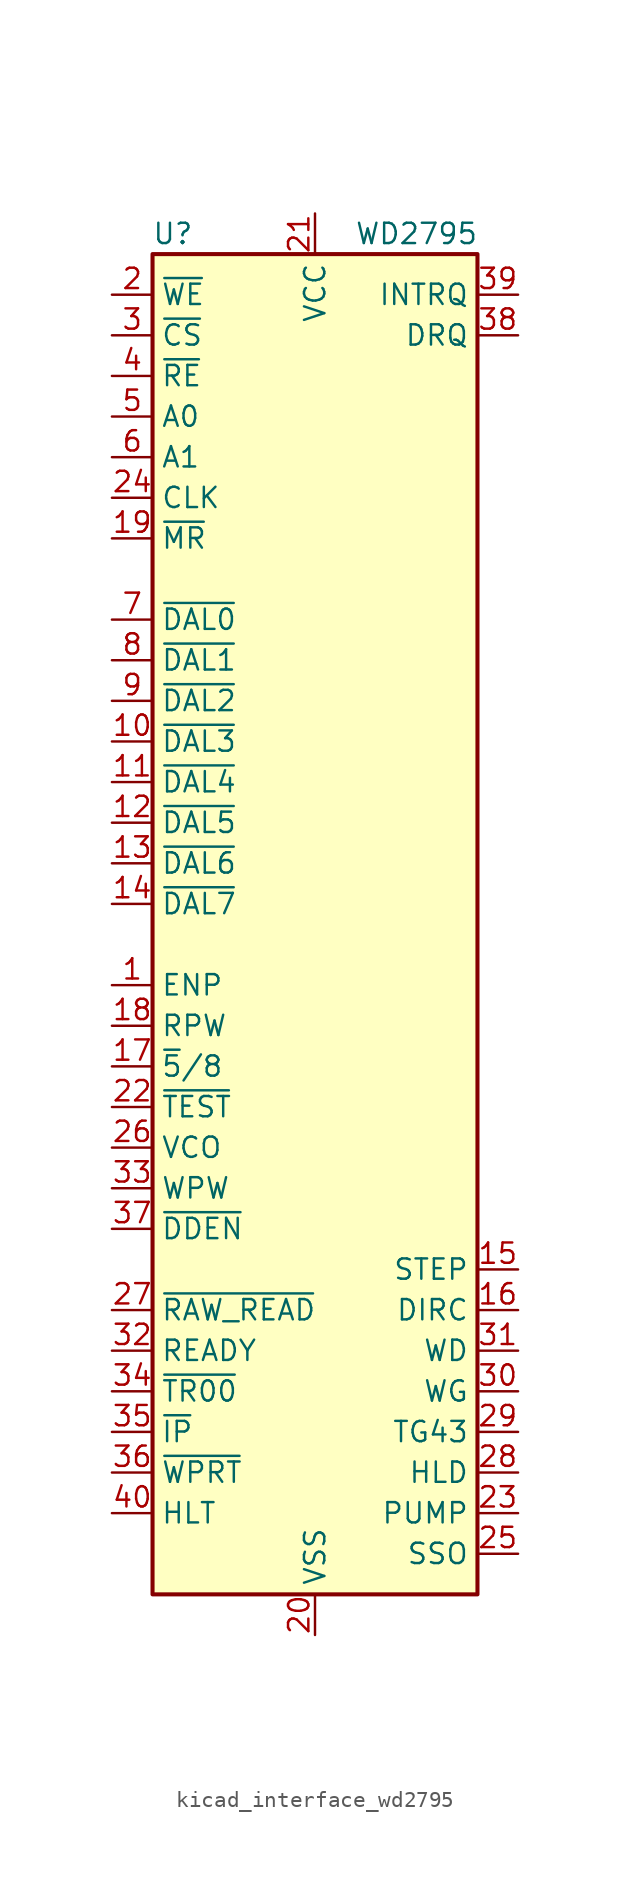
<source format=kicad_sym>
(kicad_symbol_lib
  (version 20220914)
  (generator kicad_symbol_editor)
  (symbol "kicad_interface_wd2795"
    (property "Reference" "U"
      (at -8.89 44.45 0)
      (effects (font (size 1.27 1.27))))
    (property "Value" "WD2795"
      (at 6.35 44.45 0)
      (effects (font (size 1.27 1.27))))
    (symbol "kicad_interface_wd2795_0_1"
      (rectangle (start -10.16 43.18) (end 10.16 -40.64) (stroke (width 0.254) (type default)) (fill (type background))))
    (symbol "kicad_interface_wd2795_1_1"
      (pin input line (at -12.7 -2.54 0) (length 2.54) (name "ENP" (effects (font (size 1.27 1.27)))) (number "1" (effects (font (size 1.27 1.27)))))
      (pin tri_state line (at -12.7 12.7 0) (length 2.54) (name "~{DAL3}" (effects (font (size 1.27 1.27)))) (number "10" (effects (font (size 1.27 1.27)))))
      (pin tri_state line (at -12.7 10.16 0) (length 2.54) (name "~{DAL4}" (effects (font (size 1.27 1.27)))) (number "11" (effects (font (size 1.27 1.27)))))
      (pin tri_state line (at -12.7 7.62 0) (length 2.54) (name "~{DAL5}" (effects (font (size 1.27 1.27)))) (number "12" (effects (font (size 1.27 1.27)))))
      (pin tri_state line (at -12.7 5.08 0) (length 2.54) (name "~{DAL6}" (effects (font (size 1.27 1.27)))) (number "13" (effects (font (size 1.27 1.27)))))
      (pin tri_state line (at -12.7 2.54 0) (length 2.54) (name "~{DAL7}" (effects (font (size 1.27 1.27)))) (number "14" (effects (font (size 1.27 1.27)))))
      (pin output line (at 12.7 -20.32 180) (length 2.54) (name "STEP" (effects (font (size 1.27 1.27)))) (number "15" (effects (font (size 1.27 1.27)))))
      (pin output line (at 12.7 -22.86 180) (length 2.54) (name "DIRC" (effects (font (size 1.27 1.27)))) (number "16" (effects (font (size 1.27 1.27)))))
      (pin input line (at -12.7 -7.62 0) (length 2.54) (name "~{5}/8" (effects (font (size 1.27 1.27)))) (number "17" (effects (font (size 1.27 1.27)))))
      (pin input line (at -12.7 -5.08 0) (length 2.54) (name "RPW" (effects (font (size 1.27 1.27)))) (number "18" (effects (font (size 1.27 1.27)))))
      (pin input line (at -12.7 25.4 0) (length 2.54) (name "~{MR}" (effects (font (size 1.27 1.27)))) (number "19" (effects (font (size 1.27 1.27)))))
      (pin input line (at -12.7 40.64 0) (length 2.54) (name "~{WE}" (effects (font (size 1.27 1.27)))) (number "2" (effects (font (size 1.27 1.27)))))
      (pin power_in line (at 0 -43.18 90) (length 2.54) (name "VSS" (effects (font (size 1.27 1.27)))) (number "20" (effects (font (size 1.27 1.27)))))
      (pin power_in line (at 0 45.72 270) (length 2.54) (name "VCC" (effects (font (size 1.27 1.27)))) (number "21" (effects (font (size 1.27 1.27)))))
      (pin input line (at -12.7 -10.16 0) (length 2.54) (name "~{TEST}" (effects (font (size 1.27 1.27)))) (number "22" (effects (font (size 1.27 1.27)))))
      (pin output line (at 12.7 -35.56 180) (length 2.54) (name "PUMP" (effects (font (size 1.27 1.27)))) (number "23" (effects (font (size 1.27 1.27)))))
      (pin input line (at -12.7 27.94 0) (length 2.54) (name "CLK" (effects (font (size 1.27 1.27)))) (number "24" (effects (font (size 1.27 1.27)))))
      (pin output line (at 12.7 -38.1 180) (length 2.54) (name "SSO" (effects (font (size 1.27 1.27)))) (number "25" (effects (font (size 1.27 1.27)))))
      (pin input line (at -12.7 -12.7 0) (length 2.54) (name "VCO" (effects (font (size 1.27 1.27)))) (number "26" (effects (font (size 1.27 1.27)))))
      (pin input line (at -12.7 -22.86 0) (length 2.54) (name "~{RAW_READ}" (effects (font (size 1.27 1.27)))) (number "27" (effects (font (size 1.27 1.27)))))
      (pin output line (at 12.7 -33.02 180) (length 2.54) (name "HLD" (effects (font (size 1.27 1.27)))) (number "28" (effects (font (size 1.27 1.27)))))
      (pin output line (at 12.7 -30.48 180) (length 2.54) (name "TG43" (effects (font (size 1.27 1.27)))) (number "29" (effects (font (size 1.27 1.27)))))
      (pin input line (at -12.7 38.1 0) (length 2.54) (name "~{CS}" (effects (font (size 1.27 1.27)))) (number "3" (effects (font (size 1.27 1.27)))))
      (pin output line (at 12.7 -27.94 180) (length 2.54) (name "WG" (effects (font (size 1.27 1.27)))) (number "30" (effects (font (size 1.27 1.27)))))
      (pin output line (at 12.7 -25.4 180) (length 2.54) (name "WD" (effects (font (size 1.27 1.27)))) (number "31" (effects (font (size 1.27 1.27)))))
      (pin input line (at -12.7 -25.4 0) (length 2.54) (name "READY" (effects (font (size 1.27 1.27)))) (number "32" (effects (font (size 1.27 1.27)))))
      (pin input line (at -12.7 -15.24 0) (length 2.54) (name "WPW" (effects (font (size 1.27 1.27)))) (number "33" (effects (font (size 1.27 1.27)))))
      (pin input line (at -12.7 -27.94 0) (length 2.54) (name "~{TR00}" (effects (font (size 1.27 1.27)))) (number "34" (effects (font (size 1.27 1.27)))))
      (pin input line (at -12.7 -30.48 0) (length 2.54) (name "~{IP}" (effects (font (size 1.27 1.27)))) (number "35" (effects (font (size 1.27 1.27)))))
      (pin input line (at -12.7 -33.02 0) (length 2.54) (name "~{WPRT}" (effects (font (size 1.27 1.27)))) (number "36" (effects (font (size 1.27 1.27)))))
      (pin input line (at -12.7 -17.78 0) (length 2.54) (name "~{DDEN}" (effects (font (size 1.27 1.27)))) (number "37" (effects (font (size 1.27 1.27)))))
      (pin output line (at 12.7 38.1 180) (length 2.54) (name "DRQ" (effects (font (size 1.27 1.27)))) (number "38" (effects (font (size 1.27 1.27)))))
      (pin output line (at 12.7 40.64 180) (length 2.54) (name "INTRQ" (effects (font (size 1.27 1.27)))) (number "39" (effects (font (size 1.27 1.27)))))
      (pin input line (at -12.7 35.56 0) (length 2.54) (name "~{RE}" (effects (font (size 1.27 1.27)))) (number "4" (effects (font (size 1.27 1.27)))))
      (pin input line (at -12.7 -35.56 0) (length 2.54) (name "HLT" (effects (font (size 1.27 1.27)))) (number "40" (effects (font (size 1.27 1.27)))))
      (pin input line (at -12.7 33.02 0) (length 2.54) (name "A0" (effects (font (size 1.27 1.27)))) (number "5" (effects (font (size 1.27 1.27)))))
      (pin input line (at -12.7 30.48 0) (length 2.54) (name "A1" (effects (font (size 1.27 1.27)))) (number "6" (effects (font (size 1.27 1.27)))))
      (pin tri_state line (at -12.7 20.32 0) (length 2.54) (name "~{DAL0}" (effects (font (size 1.27 1.27)))) (number "7" (effects (font (size 1.27 1.27)))))
      (pin tri_state line (at -12.7 17.78 0) (length 2.54) (name "~{DAL1}" (effects (font (size 1.27 1.27)))) (number "8" (effects (font (size 1.27 1.27)))))
      (pin tri_state line (at -12.7 15.24 0) (length 2.54) (name "~{DAL2}" (effects (font (size 1.27 1.27)))) (number "9" (effects (font (size 1.27 1.27))))))))
</source>
